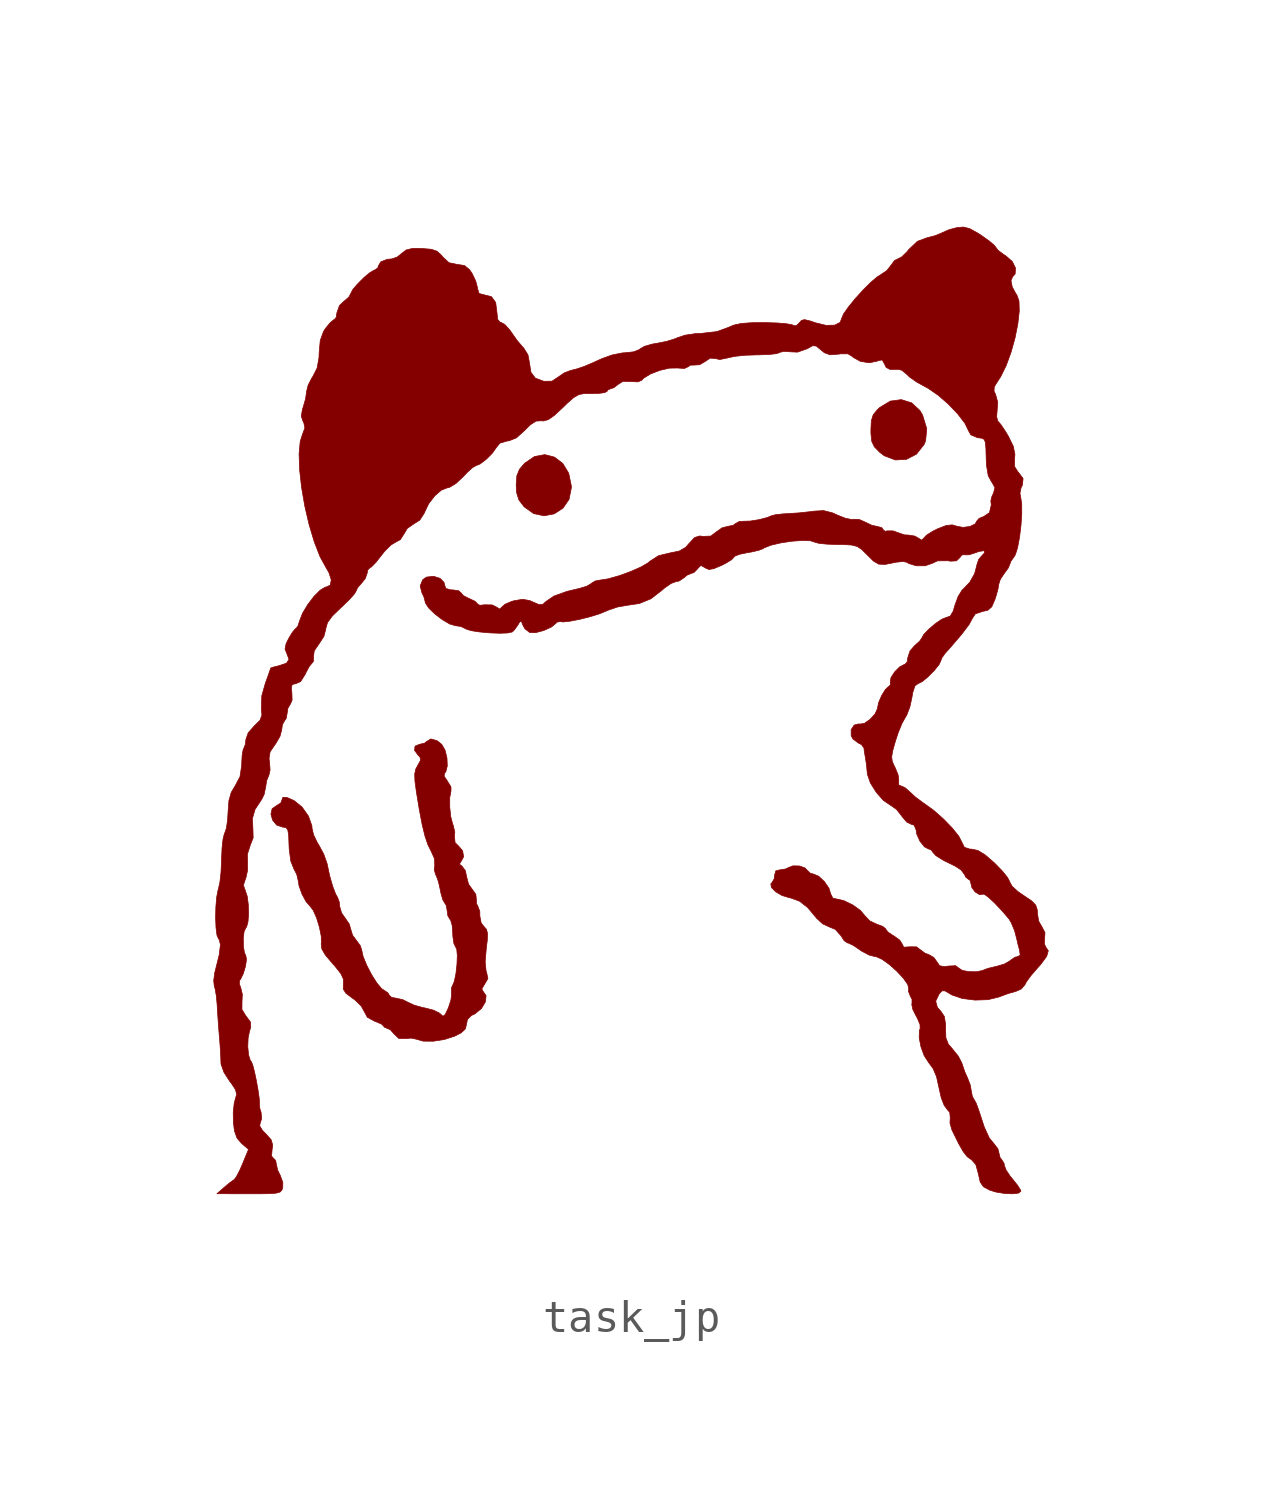
<source format=kicad_sym>
(kicad_symbol_lib
  (version 20231120)
  (generator "kicad_symbol_editor")
  (generator_version "8.0")
  (symbol "task_jp"
    (pin_names
      (offset 1.016))
    (property "Reference" "#G"
      (at 0 16.298 0)
      (effects (font (size 1.27 1.27)) (hide yes)))
    (symbol "task_jp_0_0"
      (polyline (pts (xy -4.843 3.943) (xy -4.575 4.117) (xy -4.388 4.388) (xy -4.318 4.743) (xy -4.319 4.803) (xy -4.399 5.19) (xy -4.58 5.489) (xy -4.835 5.684) (xy -5.134 5.761) (xy -5.449 5.703) (xy -5.751 5.497) (xy -5.908 5.314) (xy -5.991 5.112) (xy -6.011 4.829) (xy -5.999 4.595) (xy -5.928 4.369) (xy -5.766 4.158) (xy -5.475 3.95) (xy -5.155 3.883) (xy -4.843 3.943)) (stroke (width 0.01) (type default)) (fill (type outline)))
      (polyline (pts (xy 5.97 5.616) (xy 6.277 5.775) (xy 6.509 6.069) (xy 6.558 6.186) (xy 6.592 6.558) (xy 6.465 6.974) (xy 6.383 7.115) (xy 6.127 7.351) (xy 5.812 7.449) (xy 5.474 7.404) (xy 5.15 7.208) (xy 5.08 7.144) (xy 4.949 6.984) (xy 4.891 6.8) (xy 4.878 6.519) (xy 4.879 6.404) (xy 4.905 6.165) (xy 4.986 5.998) (xy 5.15 5.831) (xy 5.288 5.726) (xy 5.628 5.597) (xy 5.97 5.616)) (stroke (width 0.01) (type default)) (fill (type outline)))
      (polyline (pts (xy -8.22 -12.195) (xy -7.901 -12.092) (xy -7.704 -11.992) (xy -7.571 -11.871) (xy -7.535 -11.72) (xy -7.507 -11.579) (xy -7.387 -11.457) (xy -7.277 -11.406) (xy -7.078 -11.242) (xy -6.957 -11.042) (xy -6.935 -10.849) (xy -7.033 -10.707) (xy -7.066 -10.639) (xy -6.977 -10.49) (xy -6.88 -10.324) (xy -6.918 -10.138) (xy -6.935 -10.091) (xy -6.963 -9.812) (xy -6.929 -9.397) (xy -6.898 -9.147) (xy -6.891 -8.938) (xy -6.924 -8.811) (xy -7.004 -8.721) (xy -7.086 -8.614) (xy -7.127 -8.399) (xy -7.128 -8.26) (xy -7.192 -8.092) (xy -7.23 -8.024) (xy -7.237 -7.858) (xy -7.251 -7.735) (xy -7.363 -7.58) (xy -7.474 -7.424) (xy -7.535 -7.188) (xy -7.571 -7.01) (xy -7.673 -6.874) (xy -7.749 -6.813) (xy -7.716 -6.738) (xy -7.702 -6.729) (xy -7.625 -6.583) (xy -7.656 -6.399) (xy -7.786 -6.248) (xy -7.887 -6.151) (xy -7.906 -5.958) (xy -7.895 -5.825) (xy -7.947 -5.609) (xy -7.961 -5.58) (xy -8.02 -5.351) (xy -8.051 -5.055) (xy -8.051 -4.769) (xy -8.013 -4.569) (xy -8.012 -4.441) (xy -8.125 -4.256) (xy -8.223 -4.112) (xy -8.212 -4.021) (xy -8.171 -3.977) (xy -8.126 -3.796) (xy -8.136 -3.552) (xy -8.195 -3.309) (xy -8.297 -3.133) (xy -8.441 -3.02) (xy -8.63 -2.967) (xy -8.763 -3.048) (xy -8.818 -3.094) (xy -8.98 -3.133) (xy -8.981 -3.133) (xy -9.116 -3.188) (xy -9.131 -3.317) (xy -9.02 -3.469) (xy -8.965 -3.522) (xy -8.946 -3.62) (xy -9.033 -3.779) (xy -9.095 -3.895) (xy -9.127 -4.047) (xy -9.119 -4.264) (xy -9.074 -4.597) (xy -8.987 -5.125) (xy -8.897 -5.599) (xy -8.81 -5.954) (xy -8.721 -6.216) (xy -8.623 -6.412) (xy -8.519 -6.643) (xy -8.51 -6.861) (xy -8.527 -6.981) (xy -8.483 -7.137) (xy -8.463 -7.169) (xy -8.397 -7.351) (xy -8.342 -7.598) (xy -8.325 -7.689) (xy -8.266 -7.899) (xy -8.205 -8.005) (xy -8.157 -8.08) (xy -8.128 -8.255) (xy -8.11 -8.392) (xy -8.043 -8.509) (xy -8.021 -8.536) (xy -7.976 -8.695) (xy -7.959 -8.932) (xy -7.955 -9.031) (xy -7.923 -9.247) (xy -7.867 -9.36) (xy -7.835 -9.425) (xy -7.819 -9.619) (xy -7.829 -9.884) (xy -7.86 -10.164) (xy -7.909 -10.405) (xy -7.97 -10.551) (xy -7.997 -10.603) (xy -8 -10.768) (xy -7.993 -10.803) (xy -8.015 -10.986) (xy -8.092 -11.22) (xy -8.097 -11.233) (xy -8.189 -11.425) (xy -8.257 -11.48) (xy -8.327 -11.42) (xy -8.363 -11.386) (xy -8.545 -11.294) (xy -8.795 -11.229) (xy -8.877 -11.214) (xy -9.147 -11.138) (xy -9.343 -11.046) (xy -9.491 -10.971) (xy -9.713 -10.922) (xy -9.834 -10.903) (xy -9.906 -10.835) (xy -9.951 -10.76) (xy -10.097 -10.662) (xy -10.145 -10.629) (xy -10.288 -10.459) (xy -10.449 -10.204) (xy -10.599 -9.915) (xy -10.71 -9.646) (xy -10.753 -9.447) (xy -10.796 -9.314) (xy -10.922 -9.144) (xy -11.034 -8.99) (xy -11.091 -8.805) (xy -11.134 -8.651) (xy -11.261 -8.467) (xy -11.372 -8.308) (xy -11.43 -8.103) (xy -11.443 -7.97) (xy -11.497 -7.827) (xy -11.554 -7.728) (xy -11.646 -7.484) (xy -11.736 -7.171) (xy -11.805 -6.845) (xy -11.817 -6.79) (xy -11.919 -6.502) (xy -12.067 -6.228) (xy -12.113 -6.155) (xy -12.23 -5.912) (xy -12.277 -5.713) (xy -12.283 -5.631) (xy -12.388 -5.337) (xy -12.585 -5.057) (xy -12.828 -4.861) (xy -13.051 -4.762) (xy -13.173 -4.759) (xy -13.208 -4.858) (xy -13.24 -4.935) (xy -13.377 -5.02) (xy -13.504 -5.111) (xy -13.54 -5.277) (xy -13.488 -5.461) (xy -13.364 -5.611) (xy -13.184 -5.673) (xy -13.18 -5.673) (xy -13.079 -5.688) (xy -13.023 -5.758) (xy -12.996 -5.921) (xy -12.985 -6.216) (xy -12.98 -6.336) (xy -12.932 -6.712) (xy -12.837 -6.954) (xy -12.748 -7.125) (xy -12.7 -7.33) (xy -12.678 -7.475) (xy -12.588 -7.726) (xy -12.462 -7.961) (xy -12.335 -8.106) (xy -12.24 -8.23) (xy -12.137 -8.466) (xy -12.05 -8.752) (xy -11.995 -9.027) (xy -11.992 -9.229) (xy -11.997 -9.26) (xy -11.977 -9.415) (xy -11.87 -9.601) (xy -11.652 -9.857) (xy -11.569 -9.95) (xy -11.392 -10.173) (xy -11.315 -10.341) (xy -11.315 -10.494) (xy -11.32 -10.645) (xy -11.239 -10.774) (xy -11.038 -10.925) (xy -10.969 -10.973) (xy -10.771 -11.164) (xy -10.669 -11.345) (xy -10.58 -11.512) (xy -10.348 -11.638) (xy -10.324 -11.645) (xy -10.148 -11.719) (xy -10.075 -11.786) (xy -10.068 -11.811) (xy -9.969 -11.853) (xy -9.875 -11.894) (xy -9.751 -12.032) (xy -9.614 -12.162) (xy -9.409 -12.165) (xy -9.229 -12.151) (xy -9.069 -12.186) (xy -8.87 -12.244) (xy -8.563 -12.247) (xy -8.22 -12.195)) (stroke (width 0.01) (type default)) (fill (type outline)))
      (polyline (pts (xy 9.409 -16.909) (xy 9.483 -16.852) (xy 9.472 -16.817) (xy 9.382 -16.672) (xy 9.229 -16.481) (xy 9.16 -16.398) (xy 9.027 -16.2) (xy 8.975 -16.059) (xy 8.966 -15.997) (xy 8.89 -15.875) (xy 8.845 -15.823) (xy 8.805 -15.663) (xy 8.778 -15.552) (xy 8.657 -15.393) (xy 8.513 -15.218) (xy 8.36 -14.886) (xy 8.198 -14.393) (xy 8.188 -14.362) (xy 8.109 -14.147) (xy 8.035 -14.017) (xy 7.993 -13.944) (xy 7.958 -13.762) (xy 7.93 -13.595) (xy 7.844 -13.372) (xy 7.76 -13.185) (xy 7.677 -12.94) (xy 7.669 -12.914) (xy 7.559 -12.703) (xy 7.389 -12.492) (xy 7.255 -12.335) (xy 7.18 -12.142) (xy 7.17 -11.866) (xy 7.172 -11.736) (xy 7.133 -11.487) (xy 7.022 -11.322) (xy 6.92 -11.209) (xy 6.867 -11.018) (xy 6.971 -10.8) (xy 6.971 -10.799) (xy 7.059 -10.701) (xy 7.151 -10.7) (xy 7.315 -10.797) (xy 7.364 -10.826) (xy 7.681 -10.934) (xy 8.073 -10.984) (xy 8.47 -10.971) (xy 8.8 -10.892) (xy 8.824 -10.882) (xy 9.093 -10.783) (xy 9.329 -10.716) (xy 9.492 -10.645) (xy 9.604 -10.516) (xy 9.654 -10.421) (xy 9.797 -10.225) (xy 9.991 -10.001) (xy 10.089 -9.892) (xy 10.273 -9.643) (xy 10.324 -9.469) (xy 10.247 -9.357) (xy 10.204 -9.259) (xy 10.212 -9.072) (xy 10.222 -8.913) (xy 10.125 -8.727) (xy 10.121 -8.723) (xy 10.028 -8.56) (xy 9.991 -8.326) (xy 9.985 -8.212) (xy 9.937 -8.067) (xy 9.81 -7.936) (xy 9.567 -7.773) (xy 9.393 -7.653) (xy 9.213 -7.489) (xy 9.144 -7.366) (xy 9.143 -7.355) (xy 9.071 -7.219) (xy 8.907 -7.016) (xy 8.683 -6.786) (xy 8.672 -6.775) (xy 8.383 -6.525) (xy 8.161 -6.39) (xy 7.973 -6.35) (xy 7.913 -6.348) (xy 7.748 -6.294) (xy 7.668 -6.132) (xy 7.575 -5.952) (xy 7.376 -5.703) (xy 7.111 -5.429) (xy 6.814 -5.166) (xy 6.521 -4.953) (xy 6.477 -4.924) (xy 6.241 -4.748) (xy 6.062 -4.583) (xy 5.923 -4.461) (xy 5.789 -4.403) (xy 5.735 -4.384) (xy 5.729 -4.271) (xy 5.734 -4.248) (xy 5.714 -4.073) (xy 5.626 -3.855) (xy 5.599 -3.805) (xy 5.533 -3.655) (xy 5.516 -3.515) (xy 5.548 -3.327) (xy 5.631 -3.034) (xy 5.719 -2.768) (xy 5.834 -2.488) (xy 5.935 -2.306) (xy 5.981 -2.23) (xy 6.075 -1.982) (xy 6.138 -1.692) (xy 6.163 -1.544) (xy 6.231 -1.336) (xy 6.325 -1.27) (xy 6.327 -1.27) (xy 6.454 -1.207) (xy 6.634 -1.058) (xy 6.821 -0.869) (xy 6.968 -0.688) (xy 7.027 -0.562) (xy 7.05 -0.49) (xy 7.15 -0.346) (xy 7.307 -0.172) (xy 7.66 0.239) (xy 7.889 0.541) (xy 7.994 0.736) (xy 8.085 0.873) (xy 8.31 0.948) (xy 8.466 0.982) (xy 8.587 1.088) (xy 8.685 1.312) (xy 8.71 1.385) (xy 8.777 1.623) (xy 8.804 1.786) (xy 8.852 1.934) (xy 8.975 2.117) (xy 9.093 2.278) (xy 9.144 2.398) (xy 9.174 2.484) (xy 9.28 2.635) (xy 9.314 2.691) (xy 9.382 2.909) (xy 9.441 3.224) (xy 9.485 3.585) (xy 9.509 3.943) (xy 9.508 4.249) (xy 9.476 4.452) (xy 9.454 4.577) (xy 9.489 4.748) (xy 9.53 4.825) (xy 9.549 5.029) (xy 9.405 5.22) (xy 9.392 5.232) (xy 9.287 5.397) (xy 9.289 5.639) (xy 9.299 5.77) (xy 9.249 6.017) (xy 9.098 6.325) (xy 8.999 6.489) (xy 8.866 6.686) (xy 8.78 6.785) (xy 8.771 6.794) (xy 8.738 6.926) (xy 8.755 7.141) (xy 8.771 7.37) (xy 8.705 7.613) (xy 8.658 7.708) (xy 8.665 7.842) (xy 8.779 8.025) (xy 8.861 8.15) (xy 9.03 8.492) (xy 9.18 8.903) (xy 9.303 9.343) (xy 9.389 9.777) (xy 9.433 10.167) (xy 9.424 10.477) (xy 9.356 10.668) (xy 9.326 10.706) (xy 9.217 10.909) (xy 9.179 11.1) (xy 9.225 11.216) (xy 9.306 11.307) (xy 9.317 11.49) (xy 9.216 11.692) (xy 9.017 11.865) (xy 8.953 11.904) (xy 8.787 12.028) (xy 8.721 12.115) (xy 8.666 12.187) (xy 8.504 12.323) (xy 8.271 12.489) (xy 8.15 12.567) (xy 7.911 12.698) (xy 7.723 12.747) (xy 7.53 12.733) (xy 7.526 12.732) (xy 7.272 12.664) (xy 7.07 12.575) (xy 7.053 12.566) (xy 6.843 12.48) (xy 6.584 12.413) (xy 6.307 12.309) (xy 6.045 12.062) (xy 5.986 11.988) (xy 5.824 11.831) (xy 5.703 11.769) (xy 5.606 11.723) (xy 5.496 11.575) (xy 5.37 11.414) (xy 5.166 11.275) (xy 5.072 11.217) (xy 4.871 11.047) (xy 4.635 10.812) (xy 4.396 10.548) (xy 4.186 10.29) (xy 4.036 10.076) (xy 3.979 9.94) (xy 3.935 9.822) (xy 3.766 9.736) (xy 3.503 9.729) (xy 3.18 9.807) (xy 3.007 9.866) (xy 2.842 9.905) (xy 2.747 9.882) (xy 2.669 9.795) (xy 2.586 9.716) (xy 2.505 9.725) (xy 2.461 9.747) (xy 2.275 9.78) (xy 1.984 9.803) (xy 1.625 9.814) (xy 1.201 9.81) (xy 0.895 9.786) (xy 0.666 9.736) (xy 0.465 9.652) (xy 0.15 9.538) (xy -0.335 9.482) (xy -0.515 9.474) (xy -0.82 9.429) (xy -1.043 9.357) (xy -1.123 9.322) (xy -1.395 9.237) (xy -1.697 9.178) (xy -1.836 9.154) (xy -2.074 9.085) (xy -2.21 9.006) (xy -2.234 8.985) (xy -2.406 8.917) (xy -2.647 8.89) (xy -2.752 8.883) (xy -3.069 8.819) (xy -3.377 8.709) (xy -3.667 8.577) (xy -3.931 8.466) (xy -4.139 8.395) (xy -4.341 8.344) (xy -4.529 8.274) (xy -4.742 8.128) (xy -4.916 8.014) (xy -5.161 8.013) (xy -5.174 8.016) (xy -5.424 8.11) (xy -5.557 8.286) (xy -5.604 8.583) (xy -5.649 8.822) (xy -5.782 9.037) (xy -5.82 9.074) (xy -5.984 9.268) (xy -6.15 9.504) (xy -6.209 9.588) (xy -6.359 9.755) (xy -6.478 9.821) (xy -6.504 9.824) (xy -6.58 9.913) (xy -6.604 10.143) (xy -6.641 10.432) (xy -6.771 10.611) (xy -7.002 10.668) (xy -7.152 10.708) (xy -7.197 10.858) (xy -7.198 10.88) (xy -7.253 11.09) (xy -7.365 11.324) (xy -7.441 11.436) (xy -7.596 11.566) (xy -7.814 11.599) (xy -7.823 11.599) (xy -8.075 11.653) (xy -8.27 11.835) (xy -8.309 11.885) (xy -8.441 12.005) (xy -8.62 12.065) (xy -8.907 12.089) (xy -8.909 12.089) (xy -9.206 12.088) (xy -9.392 12.042) (xy -9.524 11.939) (xy -9.661 11.828) (xy -9.828 11.769) (xy -9.969 11.757) (xy -10.169 11.679) (xy -10.245 11.548) (xy -10.255 11.498) (xy -10.347 11.43) (xy -10.366 11.427) (xy -10.505 11.346) (xy -10.693 11.188) (xy -10.883 10.998) (xy -11.032 10.822) (xy -11.091 10.703) (xy -11.151 10.594) (xy -11.303 10.464) (xy -11.436 10.339) (xy -11.515 10.116) (xy -11.534 9.978) (xy -11.594 9.906) (xy -11.611 9.902) (xy -11.722 9.81) (xy -11.863 9.638) (xy -11.925 9.542) (xy -12.026 9.266) (xy -12.059 8.898) (xy -12.065 8.739) (xy -12.123 8.415) (xy -12.255 8.157) (xy -12.279 8.123) (xy -12.398 7.893) (xy -12.446 7.698) (xy -12.446 7.69) (xy -12.477 7.472) (xy -12.549 7.221) (xy -12.573 7.151) (xy -12.608 6.939) (xy -12.551 6.775) (xy -12.53 6.739) (xy -12.498 6.58) (xy -12.574 6.377) (xy -12.641 6.166) (xy -12.676 5.782) (xy -12.66 5.302) (xy -12.6 4.758) (xy -12.501 4.184) (xy -12.369 3.615) (xy -12.21 3.084) (xy -12.032 2.626) (xy -11.838 2.273) (xy -11.762 2.145) (xy -11.688 1.917) (xy -11.718 1.755) (xy -11.852 1.693) (xy -11.876 1.691) (xy -12.031 1.597) (xy -12.222 1.404) (xy -12.412 1.154) (xy -12.57 0.89) (xy -12.661 0.656) (xy -12.713 0.496) (xy -12.772 0.423) (xy -12.789 0.416) (xy -12.878 0.311) (xy -12.994 0.121) (xy -13.075 -0.046) (xy -13.107 -0.208) (xy -13.052 -0.348) (xy -13.049 -0.354) (xy -12.986 -0.526) (xy -13.062 -0.641) (xy -13.294 -0.72) (xy -13.3 -0.721) (xy -13.474 -0.764) (xy -13.547 -0.791) (xy -13.563 -0.843) (xy -13.624 -1.016) (xy -13.714 -1.266) (xy -13.821 -1.645) (xy -13.833 -2.033) (xy -13.817 -2.238) (xy -13.876 -2.395) (xy -14.046 -2.562) (xy -14.237 -2.777) (xy -14.309 -2.986) (xy -14.322 -3.126) (xy -14.372 -3.253) (xy -14.393 -3.295) (xy -14.424 -3.474) (xy -14.437 -3.727) (xy -14.437 -3.774) (xy -14.489 -4.124) (xy -14.641 -4.412) (xy -14.759 -4.609) (xy -14.83 -4.862) (xy -14.856 -5.214) (xy -14.871 -5.464) (xy -14.909 -5.715) (xy -14.958 -5.856) (xy -14.969 -5.874) (xy -15.01 -6.04) (xy -15.041 -6.315) (xy -15.055 -6.65) (xy -15.056 -6.709) (xy -15.073 -7.063) (xy -15.107 -7.368) (xy -15.151 -7.565) (xy -15.162 -7.6) (xy -15.206 -7.829) (xy -15.231 -8.132) (xy -15.238 -8.459) (xy -15.226 -8.763) (xy -15.196 -8.995) (xy -15.147 -9.107) (xy -15.131 -9.12) (xy -15.09 -9.28) (xy -15.127 -9.591) (xy -15.242 -10.052) (xy -15.264 -10.141) (xy -15.297 -10.389) (xy -15.278 -10.56) (xy -15.256 -10.628) (xy -15.216 -10.854) (xy -15.191 -11.134) (xy -15.179 -11.351) (xy -15.152 -11.733) (xy -15.123 -12.107) (xy -15.101 -12.378) (xy -15.082 -12.685) (xy -15.075 -12.897) (xy -15.07 -12.954) (xy -14.982 -13.202) (xy -14.809 -13.471) (xy -14.747 -13.552) (xy -14.625 -13.738) (xy -14.594 -13.88) (xy -14.637 -14.036) (xy -14.667 -14.148) (xy -14.697 -14.423) (xy -14.693 -14.732) (xy -14.659 -15.004) (xy -14.581 -15.221) (xy -14.442 -15.382) (xy -14.228 -15.567) (xy -14.414 -16.017) (xy -14.498 -16.21) (xy -14.602 -16.409) (xy -14.671 -16.498) (xy -14.68 -16.502) (xy -14.799 -16.586) (xy -14.97 -16.728) (xy -15.198 -16.928) (xy -14.213 -16.931) (xy -13.91 -16.931) (xy -13.587 -16.926) (xy -13.382 -16.911) (xy -13.265 -16.879) (xy -13.208 -16.825) (xy -13.178 -16.745) (xy -13.175 -16.582) (xy -13.253 -16.367) (xy -13.332 -16.208) (xy -13.377 -16.005) (xy -13.395 -15.904) (xy -13.469 -15.833) (xy -13.521 -15.77) (xy -13.504 -15.577) (xy -13.485 -15.433) (xy -13.534 -15.27) (xy -13.696 -15.089) (xy -13.799 -14.986) (xy -13.886 -14.842) (xy -13.859 -14.721) (xy -13.824 -14.629) (xy -13.843 -14.426) (xy -13.878 -14.324) (xy -13.894 -14.188) (xy -13.891 -14.168) (xy -13.899 -14.003) (xy -13.935 -13.748) (xy -13.987 -13.456) (xy -14.046 -13.178) (xy -14.102 -12.964) (xy -14.146 -12.867) (xy -14.174 -12.835) (xy -14.227 -12.663) (xy -14.251 -12.412) (xy -14.24 -12.146) (xy -14.194 -11.926) (xy -14.159 -11.819) (xy -14.167 -11.659) (xy -14.292 -11.49) (xy -14.304 -11.477) (xy -14.43 -11.272) (xy -14.428 -11.032) (xy -14.417 -10.809) (xy -14.466 -10.605) (xy -14.51 -10.489) (xy -14.502 -10.381) (xy -14.473 -10.346) (xy -14.387 -10.168) (xy -14.32 -9.942) (xy -14.29 -9.735) (xy -14.312 -9.615) (xy -14.352 -9.535) (xy -14.385 -9.333) (xy -14.389 -9.091) (xy -14.364 -8.878) (xy -14.309 -8.763) (xy -14.287 -8.739) (xy -14.244 -8.58) (xy -14.226 -8.331) (xy -14.235 -8.05) (xy -14.268 -7.795) (xy -14.326 -7.624) (xy -14.385 -7.456) (xy -14.322 -7.265) (xy -14.31 -7.24) (xy -14.258 -7.009) (xy -14.258 -6.741) (xy -14.262 -6.503) (xy -14.169 -6.215) (xy -14.085 -6.002) (xy -14.095 -5.684) (xy -14.11 -5.417) (xy -14.028 -5.132) (xy -13.822 -4.82) (xy -13.748 -4.668) (xy -13.701 -4.439) (xy -13.67 -4.244) (xy -13.606 -4.086) (xy -13.601 -4.078) (xy -13.566 -3.918) (xy -13.582 -3.693) (xy -13.598 -3.57) (xy -13.566 -3.364) (xy -13.422 -3.151) (xy -13.394 -3.115) (xy -13.262 -2.887) (xy -13.208 -2.681) (xy -13.188 -2.529) (xy -13.123 -2.413) (xy -13.071 -2.336) (xy -13.039 -2.159) (xy -13.018 -2.021) (xy -12.945 -1.899) (xy -12.944 -1.899) (xy -12.89 -1.776) (xy -12.897 -1.556) (xy -12.915 -1.4) (xy -12.886 -1.295) (xy -12.775 -1.27) (xy -12.629 -1.207) (xy -12.485 -0.979) (xy -12.469 -0.941) (xy -12.364 -0.743) (xy -12.274 -0.634) (xy -12.234 -0.581) (xy -12.232 -0.43) (xy -12.21 -0.262) (xy -12.066 -0.052) (xy -12.064 -0.049) (xy -11.914 0.181) (xy -11.853 0.412) (xy -11.852 0.438) (xy -11.802 0.608) (xy -11.655 0.806) (xy -11.39 1.064) (xy -11.361 1.09) (xy -11.14 1.303) (xy -10.984 1.476) (xy -10.924 1.574) (xy -10.88 1.674) (xy -10.753 1.82) (xy -10.643 1.957) (xy -10.583 2.13) (xy -10.57 2.216) (xy -10.504 2.286) (xy -10.451 2.316) (xy -10.319 2.452) (xy -10.156 2.66) (xy -10.044 2.8) (xy -9.852 2.989) (xy -9.694 3.083) (xy -9.567 3.151) (xy -9.451 3.333) (xy -9.354 3.496) (xy -9.145 3.64) (xy -8.97 3.751) (xy -8.826 3.976) (xy -8.82 3.998) (xy -8.697 4.253) (xy -8.513 4.493) (xy -8.308 4.671) (xy -8.127 4.741) (xy -8.053 4.758) (xy -7.858 4.877) (xy -7.642 5.08) (xy -7.519 5.21) (xy -7.351 5.361) (xy -7.246 5.422) (xy -7.123 5.471) (xy -6.934 5.614) (xy -6.745 5.803) (xy -6.612 5.99) (xy -6.512 6.112) (xy -6.28 6.181) (xy -6.232 6.184) (xy -6.004 6.276) (xy -5.744 6.51) (xy -5.574 6.679) (xy -5.399 6.79) (xy -5.237 6.8) (xy -5.175 6.794) (xy -5.027 6.834) (xy -4.84 6.964) (xy -4.58 7.205) (xy -4.437 7.345) (xy -4.242 7.516) (xy -4.085 7.605) (xy -3.913 7.637) (xy -3.673 7.637) (xy -3.49 7.639) (xy -3.294 7.664) (xy -3.217 7.707) (xy -3.207 7.742) (xy -3.101 7.789) (xy -3.018 7.812) (xy -2.873 7.923) (xy -2.733 8.011) (xy -2.489 8.005) (xy -2.48 8.003) (xy -2.275 7.994) (xy -2.16 8.041) (xy -2.101 8.107) (xy -1.887 8.237) (xy -1.6 8.348) (xy -1.305 8.416) (xy -1.065 8.42) (xy -0.849 8.406) (xy -0.722 8.463) (xy -0.669 8.506) (xy -0.517 8.512) (xy -0.377 8.521) (xy -0.2 8.626) (xy -0.057 8.723) (xy 0.106 8.71) (xy 0.237 8.68) (xy 0.48 8.729) (xy 0.494 8.734) (xy 0.71 8.779) (xy 1.025 8.811) (xy 1.376 8.823) (xy 1.448 8.824) (xy 1.753 8.835) (xy 1.977 8.86) (xy 2.076 8.893) (xy 2.083 8.901) (xy 2.206 8.93) (xy 2.413 8.916) (xy 2.626 8.907) (xy 2.927 9.013) (xy 3.085 9.103) (xy 3.199 9.095) (xy 3.346 8.973) (xy 3.449 8.889) (xy 3.624 8.825) (xy 3.873 8.844) (xy 3.945 8.855) (xy 4.174 8.855) (xy 4.309 8.773) (xy 4.335 8.746) (xy 4.555 8.624) (xy 4.83 8.58) (xy 5.069 8.63) (xy 5.101 8.646) (xy 5.224 8.668) (xy 5.292 8.551) (xy 5.346 8.438) (xy 5.47 8.374) (xy 5.702 8.379) (xy 5.823 8.354) (xy 5.974 8.231) (xy 6.067 8.14) (xy 6.283 7.989) (xy 6.553 7.84) (xy 6.64 7.793) (xy 6.945 7.582) (xy 7.26 7.307) (xy 7.545 7.008) (xy 7.764 6.723) (xy 7.877 6.49) (xy 7.945 6.368) (xy 8.152 6.281) (xy 8.16 6.28) (xy 8.284 6.264) (xy 8.357 6.226) (xy 8.394 6.13) (xy 8.409 5.938) (xy 8.418 5.614) (xy 8.428 5.421) (xy 8.48 5.113) (xy 8.583 4.923) (xy 8.599 4.904) (xy 8.686 4.747) (xy 8.642 4.582) (xy 8.587 4.463) (xy 8.56 4.343) (xy 8.573 4.213) (xy 8.517 3.979) (xy 8.34 3.86) (xy 8.2 3.804) (xy 8.128 3.722) (xy 8.078 3.633) (xy 7.916 3.555) (xy 7.703 3.527) (xy 7.505 3.566) (xy 7.374 3.605) (xy 7.188 3.585) (xy 6.92 3.481) (xy 6.788 3.415) (xy 6.591 3.292) (xy 6.498 3.197) (xy 6.498 3.196) (xy 6.441 3.135) (xy 6.327 3.202) (xy 6.228 3.26) (xy 6.037 3.291) (xy 5.905 3.298) (xy 5.7 3.369) (xy 5.556 3.421) (xy 5.383 3.42) (xy 5.311 3.407) (xy 5.249 3.462) (xy 5.216 3.517) (xy 5.077 3.556) (xy 4.909 3.591) (xy 4.697 3.692) (xy 4.517 3.771) (xy 4.351 3.776) (xy 4.293 3.768) (xy 4.095 3.807) (xy 3.853 3.904) (xy 3.701 3.973) (xy 3.425 4.043) (xy 3.122 4.025) (xy 3.026 4.011) (xy 2.675 3.973) (xy 2.328 3.95) (xy 2.182 3.942) (xy 1.949 3.916) (xy 1.82 3.882) (xy 1.705 3.833) (xy 1.454 3.767) (xy 1.177 3.722) (xy 0.961 3.715) (xy 0.842 3.71) (xy 0.723 3.646) (xy 0.649 3.591) (xy 0.474 3.556) (xy 0.308 3.513) (xy 0.121 3.38) (xy -0.037 3.261) (xy -0.272 3.251) (xy -0.378 3.264) (xy -0.535 3.216) (xy -0.692 3.047) (xy -0.811 2.913) (xy -1.006 2.801) (xy -1.301 2.74) (xy -1.642 2.658) (xy -1.909 2.486) (xy -1.961 2.44) (xy -2.186 2.309) (xy -2.501 2.17) (xy -2.853 2.043) (xy -3.19 1.948) (xy -3.456 1.906) (xy -3.587 1.881) (xy -3.71 1.806) (xy -3.717 1.796) (xy -3.85 1.719) (xy -4.064 1.655) (xy -4.455 1.562) (xy -4.854 1.418) (xy -5.092 1.256) (xy -5.193 1.165) (xy -5.305 1.155) (xy -5.49 1.234) (xy -5.596 1.281) (xy -5.815 1.32) (xy -6.086 1.273) (xy -6.159 1.251) (xy -6.359 1.164) (xy -6.457 1.078) (xy -6.513 1.02) (xy -6.631 1.089) (xy -6.745 1.147) (xy -6.984 1.151) (xy -7.127 1.135) (xy -7.197 1.175) (xy -7.197 1.179) (xy -7.275 1.259) (xy -7.451 1.342) (xy -7.46 1.345) (xy -7.633 1.433) (xy -7.705 1.52) (xy -7.705 1.521) (xy -7.78 1.583) (xy -7.959 1.609) (xy -8.022 1.61) (xy -8.172 1.653) (xy -8.213 1.776) (xy -8.226 1.838) (xy -8.348 1.963) (xy -8.549 2.026) (xy -8.765 2.001) (xy -8.881 1.92) (xy -8.959 1.729) (xy -8.903 1.514) (xy -8.848 1.405) (xy -8.805 1.243) (xy -8.801 1.214) (xy -8.703 1.059) (xy -8.514 0.874) (xy -8.281 0.696) (xy -8.052 0.561) (xy -7.873 0.508) (xy -7.712 0.487) (xy -7.561 0.415) (xy -7.549 0.406) (xy -7.395 0.357) (xy -7.136 0.317) (xy -6.826 0.289) (xy -6.519 0.277) (xy -6.27 0.286) (xy -6.131 0.317) (xy -6.064 0.382) (xy -5.951 0.543) (xy -5.907 0.62) (xy -5.855 0.651) (xy -5.805 0.526) (xy -5.743 0.413) (xy -5.59 0.297) (xy -5.411 0.296) (xy -5.164 0.362) (xy -4.93 0.468) (xy -4.788 0.585) (xy -4.759 0.619) (xy -4.658 0.636) (xy -4.571 0.624) (xy -4.353 0.648) (xy -4.06 0.705) (xy -3.744 0.784) (xy -3.451 0.875) (xy -3.233 0.965) (xy -3.197 0.982) (xy -2.906 1.082) (xy -2.598 1.136) (xy -2.231 1.19) (xy -1.875 1.335) (xy -1.534 1.599) (xy -1.453 1.67) (xy -1.252 1.808) (xy -1.102 1.863) (xy -1.009 1.881) (xy -0.847 1.99) (xy -0.773 2.057) (xy -0.629 2.117) (xy -0.555 2.14) (xy -0.436 2.261) (xy -0.425 2.28) (xy -0.34 2.358) (xy -0.221 2.293) (xy -0.207 2.283) (xy -0.098 2.235) (xy 0.052 2.259) (xy 0.295 2.361) (xy 0.429 2.429) (xy 0.607 2.54) (xy 0.677 2.615) (xy 0.701 2.644) (xy 0.846 2.701) (xy 1.079 2.75) (xy 1.207 2.771) (xy 1.437 2.824) (xy 1.566 2.874) (xy 1.602 2.898) (xy 1.817 2.982) (xy 2.116 3.052) (xy 2.45 3.102) (xy 2.77 3.125) (xy 3.026 3.116) (xy 3.168 3.069) (xy 3.172 3.066) (xy 3.297 3.035) (xy 3.539 3.012) (xy 3.849 3.002) (xy 4.033 3) (xy 4.29 2.985) (xy 4.462 2.94) (xy 4.601 2.846) (xy 4.762 2.684) (xy 4.959 2.491) (xy 5.121 2.398) (xy 5.314 2.39) (xy 5.603 2.447) (xy 5.652 2.458) (xy 5.862 2.48) (xy 5.984 2.456) (xy 6.037 2.419) (xy 6.272 2.348) (xy 6.545 2.349) (xy 6.766 2.426) (xy 6.924 2.5) (xy 7.238 2.503) (xy 7.325 2.49) (xy 7.505 2.5) (xy 7.608 2.6) (xy 7.67 2.678) (xy 7.751 2.691) (xy 7.763 2.683) (xy 7.894 2.687) (xy 8.096 2.751) (xy 8.192 2.787) (xy 8.348 2.812) (xy 8.373 2.754) (xy 8.255 2.625) (xy 8.189 2.548) (xy 8.128 2.37) (xy 8.128 2.358) (xy 8.062 2.108) (xy 7.912 1.843) (xy 7.724 1.646) (xy 7.676 1.601) (xy 7.554 1.404) (xy 7.46 1.146) (xy 7.402 0.951) (xy 7.313 0.803) (xy 7.193 0.762) (xy 7.19 0.762) (xy 7.051 0.706) (xy 6.856 0.572) (xy 6.655 0.401) (xy 6.498 0.237) (xy 6.435 0.121) (xy 6.434 0.119) (xy 6.37 0.031) (xy 6.223 -0.1) (xy 6.08 -0.263) (xy 6.011 -0.472) (xy 5.99 -0.605) (xy 5.923 -0.677) (xy 5.909 -0.678) (xy 5.762 -0.754) (xy 5.607 -0.909) (xy 5.494 -1.085) (xy 5.471 -1.223) (xy 5.484 -1.292) (xy 5.434 -1.355) (xy 5.419 -1.357) (xy 5.32 -1.452) (xy 5.208 -1.635) (xy 5.117 -1.846) (xy 5.079 -2.024) (xy 5.077 -2.042) (xy 5.002 -2.204) (xy 4.85 -2.369) (xy 4.677 -2.488) (xy 4.536 -2.512) (xy 4.51 -2.504) (xy 4.365 -2.541) (xy 4.272 -2.682) (xy 4.273 -2.87) (xy 4.33 -2.973) (xy 4.492 -3.092) (xy 4.587 -3.14) (xy 4.664 -3.244) (xy 4.677 -3.354) (xy 4.711 -3.556) (xy 4.741 -3.755) (xy 4.767 -4.022) (xy 4.771 -4.055) (xy 4.863 -4.32) (xy 5.043 -4.607) (xy 5.263 -4.856) (xy 5.481 -5.003) (xy 5.485 -5.005) (xy 5.666 -5.133) (xy 5.824 -5.333) (xy 5.837 -5.353) (xy 5.978 -5.519) (xy 6.117 -5.587) (xy 6.206 -5.615) (xy 6.265 -5.76) (xy 6.286 -5.891) (xy 6.382 -6.104) (xy 6.519 -6.278) (xy 6.656 -6.35) (xy 6.705 -6.357) (xy 6.773 -6.43) (xy 6.775 -6.442) (xy 6.875 -6.551) (xy 7.114 -6.699) (xy 7.472 -6.875) (xy 7.645 -6.988) (xy 7.753 -7.131) (xy 7.791 -7.212) (xy 7.88 -7.281) (xy 7.925 -7.312) (xy 7.959 -7.448) (xy 7.976 -7.527) (xy 8.077 -7.663) (xy 8.214 -7.747) (xy 8.327 -7.732) (xy 8.363 -7.737) (xy 8.492 -7.832) (xy 8.681 -8.009) (xy 8.898 -8.238) (xy 9.113 -8.488) (xy 9.179 -8.593) (xy 9.29 -8.857) (xy 9.364 -9.144) (xy 9.387 -9.254) (xy 9.443 -9.461) (xy 9.461 -9.606) (xy 9.376 -9.652) (xy 9.301 -9.667) (xy 9.151 -9.77) (xy 9.137 -9.785) (xy 8.973 -9.878) (xy 8.739 -9.947) (xy 8.696 -9.956) (xy 8.475 -10.009) (xy 8.34 -10.059) (xy 8.305 -10.077) (xy 8.114 -10.114) (xy 7.884 -10.111) (xy 7.682 -10.072) (xy 7.578 -10.003) (xy 7.48 -9.928) (xy 7.258 -9.939) (xy 7.13 -9.957) (xy 6.987 -9.929) (xy 6.899 -9.801) (xy 6.811 -9.677) (xy 6.646 -9.582) (xy 6.543 -9.548) (xy 6.375 -9.423) (xy 6.281 -9.35) (xy 6.058 -9.347) (xy 6.047 -9.35) (xy 5.888 -9.36) (xy 5.842 -9.275) (xy 5.841 -9.265) (xy 5.761 -9.141) (xy 5.588 -9.017) (xy 5.567 -9.006) (xy 5.402 -8.895) (xy 5.334 -8.806) (xy 5.333 -8.798) (xy 5.245 -8.724) (xy 5.059 -8.654) (xy 4.843 -8.553) (xy 4.684 -8.383) (xy 4.555 -8.23) (xy 4.314 -8.059) (xy 4.038 -7.927) (xy 3.795 -7.874) (xy 3.707 -7.851) (xy 3.641 -7.718) (xy 3.591 -7.55) (xy 3.451 -7.346) (xy 3.272 -7.18) (xy 3.106 -7.112) (xy 3.025 -7.095) (xy 2.909 -6.985) (xy 2.855 -6.926) (xy 2.684 -6.867) (xy 2.483 -6.863) (xy 2.335 -6.921) (xy 2.264 -6.958) (xy 2.088 -6.985) (xy 1.958 -7.017) (xy 1.92 -7.153) (xy 1.912 -7.256) (xy 1.839 -7.381) (xy 1.805 -7.417) (xy 1.825 -7.528) (xy 1.951 -7.657) (xy 2.147 -7.772) (xy 2.376 -7.842) (xy 2.424 -7.851) (xy 2.691 -7.95) (xy 2.942 -8.149) (xy 3.216 -8.477) (xy 3.398 -8.644) (xy 3.622 -8.747) (xy 3.785 -8.813) (xy 3.962 -9.012) (xy 4.056 -9.16) (xy 4.16 -9.229) (xy 4.187 -9.233) (xy 4.339 -9.306) (xy 4.537 -9.44) (xy 4.588 -9.477) (xy 4.821 -9.601) (xy 5.02 -9.652) (xy 5.05 -9.655) (xy 5.227 -9.735) (xy 5.448 -9.895) (xy 5.676 -10.1) (xy 5.876 -10.315) (xy 6.009 -10.505) (xy 6.039 -10.633) (xy 6.03 -10.715) (xy 6.094 -10.877) (xy 6.14 -10.957) (xy 6.14 -11.089) (xy 6.132 -11.116) (xy 6.164 -11.268) (xy 6.265 -11.472) (xy 6.303 -11.538) (xy 6.385 -11.734) (xy 6.39 -11.858) (xy 6.367 -11.916) (xy 6.36 -12.138) (xy 6.414 -12.417) (xy 6.512 -12.687) (xy 6.638 -12.883) (xy 6.787 -13.087) (xy 6.892 -13.335) (xy 6.898 -13.361) (xy 6.958 -13.631) (xy 7.023 -13.923) (xy 7.037 -13.982) (xy 7.126 -14.212) (xy 7.232 -14.356) (xy 7.299 -14.431) (xy 7.314 -14.6) (xy 7.305 -14.758) (xy 7.365 -14.97) (xy 7.382 -15.005) (xy 7.569 -15.385) (xy 7.713 -15.638) (xy 7.834 -15.791) (xy 7.948 -15.873) (xy 7.962 -15.88) (xy 8.099 -16.033) (xy 8.179 -16.326) (xy 8.232 -16.568) (xy 8.331 -16.713) (xy 8.517 -16.815) (xy 8.708 -16.875) (xy 8.97 -16.919) (xy 9.221 -16.931) (xy 9.409 -16.909)) (stroke (width 0.01) (type default)) (fill (type outline))))))
</source>
